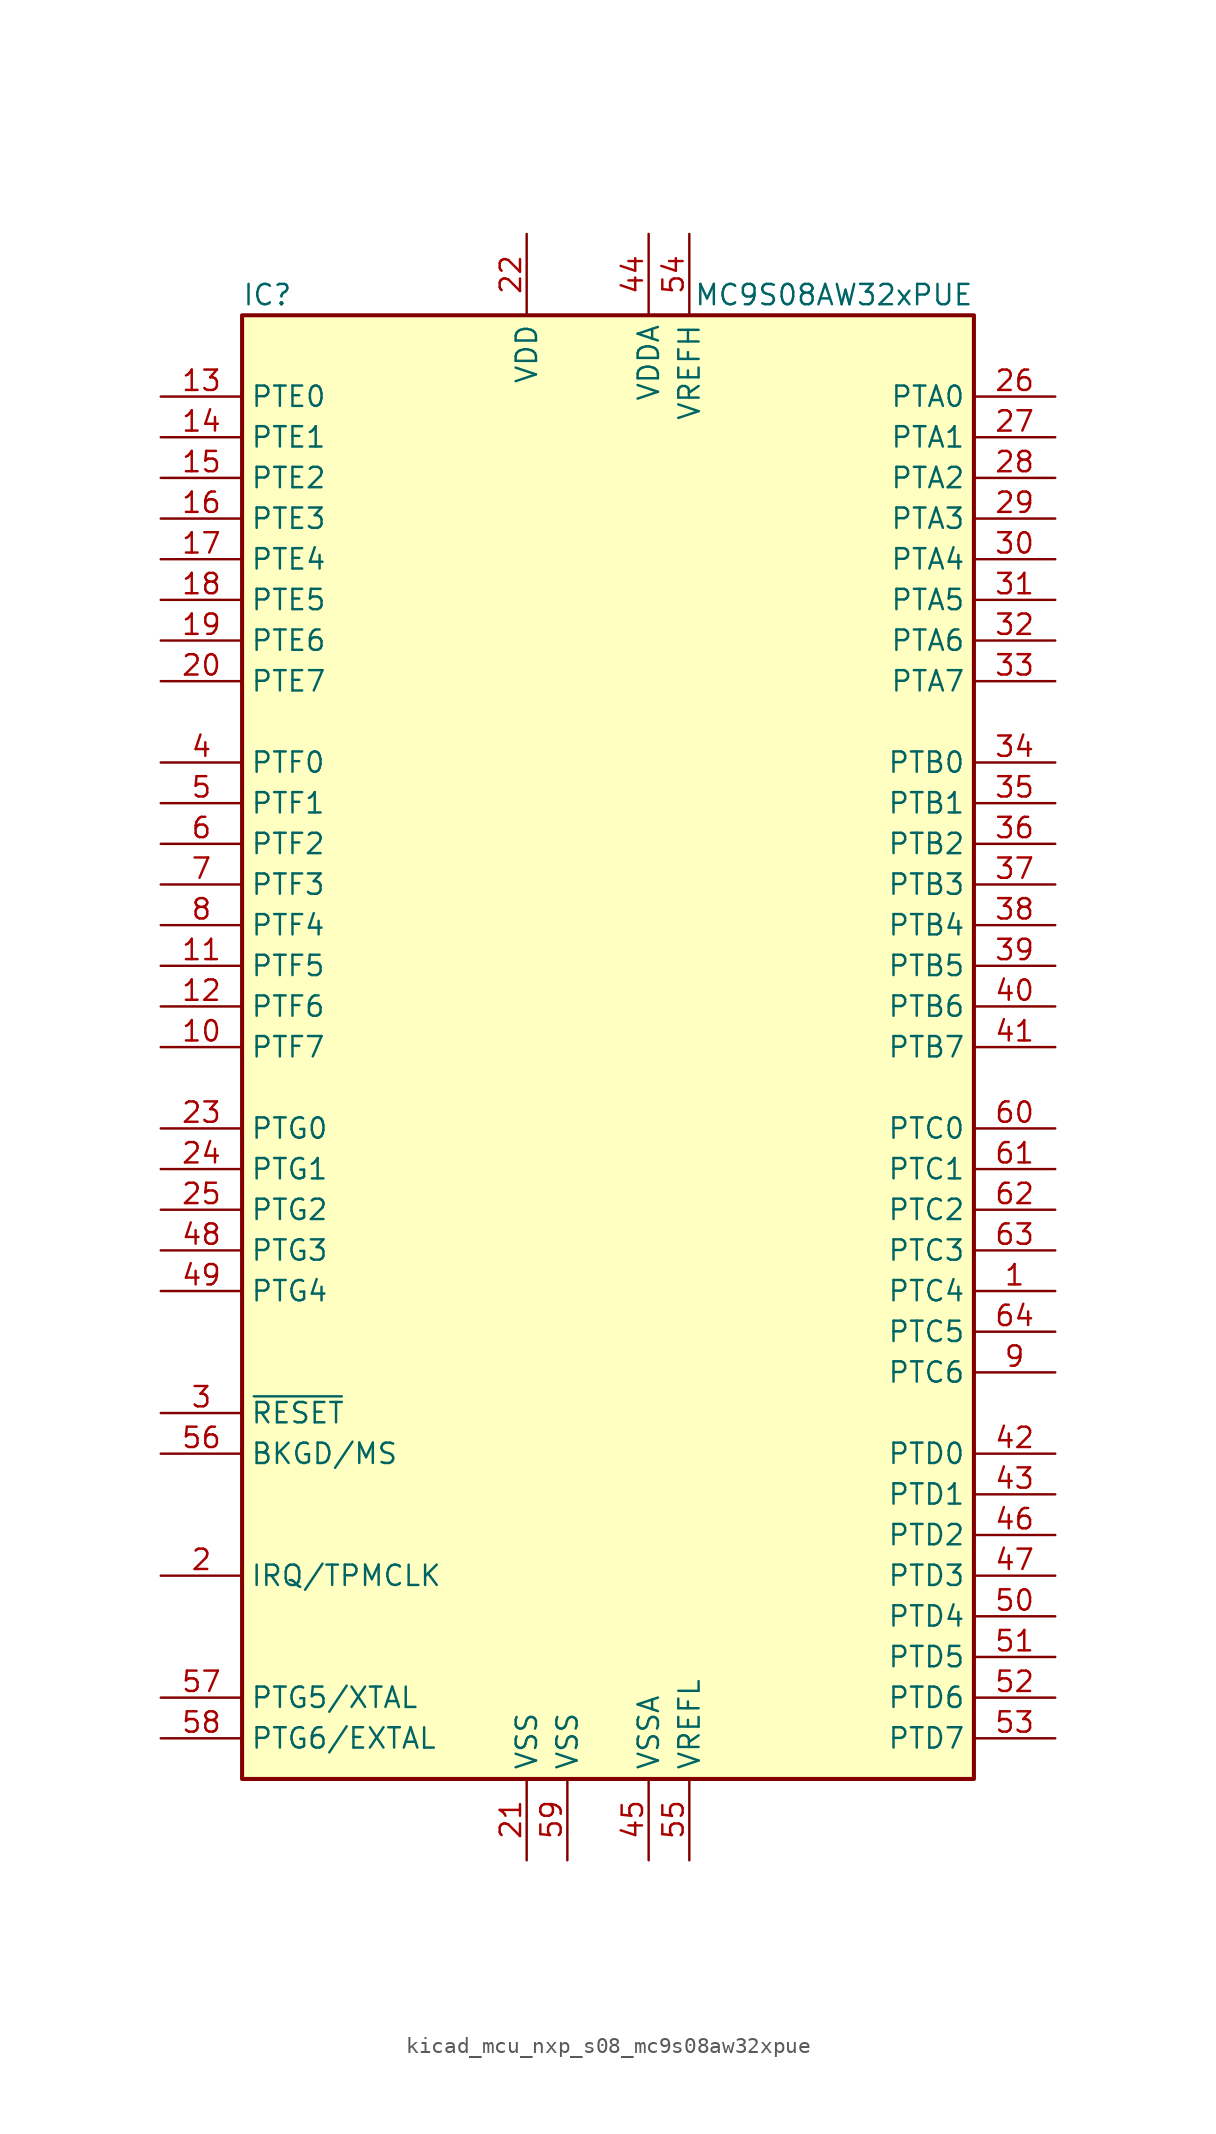
<source format=kicad_sym>
(kicad_symbol_lib
  (version 20220914)
  (generator kicad_symbol_editor)
  (symbol "kicad_mcu_nxp_s08_mc9s08aw32xpue"
    (property "Reference" "IC"
      (at -22.86 46.99 0)
      (effects (font (size 1.27 1.27)) (justify left)))
    (property "Value" "MC9S08AW32xPUE"
      (at 22.86 46.99 0)
      (effects (font (size 1.27 1.27)) (justify right)))
    (symbol "kicad_mcu_nxp_s08_mc9s08aw32xpue_0_1"
      (rectangle (start -22.86 45.72) (end 22.86 -45.72) (stroke (width 0.254) (type default)) (fill (type background))))
    (symbol "kicad_mcu_nxp_s08_mc9s08aw32xpue_1_1"
      (pin bidirectional line (at 27.94 -15.24 180) (length 5.08) (name "PTC4" (effects (font (size 1.27 1.27)))) (number "1" (effects (font (size 1.27 1.27)))))
      (pin bidirectional line (at -27.94 0 0) (length 5.08) (name "PTF7" (effects (font (size 1.27 1.27)))) (number "10" (effects (font (size 1.27 1.27)))))
      (pin bidirectional line (at -27.94 5.08 0) (length 5.08) (name "PTF5" (effects (font (size 1.27 1.27)))) (number "11" (effects (font (size 1.27 1.27)))))
      (pin bidirectional line (at -27.94 2.54 0) (length 5.08) (name "PTF6" (effects (font (size 1.27 1.27)))) (number "12" (effects (font (size 1.27 1.27)))))
      (pin bidirectional line (at -27.94 40.64 0) (length 5.08) (name "PTE0" (effects (font (size 1.27 1.27)))) (number "13" (effects (font (size 1.27 1.27)))))
      (pin bidirectional line (at -27.94 38.1 0) (length 5.08) (name "PTE1" (effects (font (size 1.27 1.27)))) (number "14" (effects (font (size 1.27 1.27)))))
      (pin bidirectional line (at -27.94 35.56 0) (length 5.08) (name "PTE2" (effects (font (size 1.27 1.27)))) (number "15" (effects (font (size 1.27 1.27)))))
      (pin bidirectional line (at -27.94 33.02 0) (length 5.08) (name "PTE3" (effects (font (size 1.27 1.27)))) (number "16" (effects (font (size 1.27 1.27)))))
      (pin bidirectional line (at -27.94 30.48 0) (length 5.08) (name "PTE4" (effects (font (size 1.27 1.27)))) (number "17" (effects (font (size 1.27 1.27)))))
      (pin bidirectional line (at -27.94 27.94 0) (length 5.08) (name "PTE5" (effects (font (size 1.27 1.27)))) (number "18" (effects (font (size 1.27 1.27)))))
      (pin bidirectional line (at -27.94 25.4 0) (length 5.08) (name "PTE6" (effects (font (size 1.27 1.27)))) (number "19" (effects (font (size 1.27 1.27)))))
      (pin input line (at -27.94 -33.02 0) (length 5.08) (name "IRQ/TPMCLK" (effects (font (size 1.27 1.27)))) (number "2" (effects (font (size 1.27 1.27)))))
      (pin bidirectional line (at -27.94 22.86 0) (length 5.08) (name "PTE7" (effects (font (size 1.27 1.27)))) (number "20" (effects (font (size 1.27 1.27)))))
      (pin power_in line (at -5.08 -50.8 90) (length 5.08) (name "VSS" (effects (font (size 1.27 1.27)))) (number "21" (effects (font (size 1.27 1.27)))))
      (pin power_in line (at -5.08 50.8 270) (length 5.08) (name "VDD" (effects (font (size 1.27 1.27)))) (number "22" (effects (font (size 1.27 1.27)))))
      (pin bidirectional line (at -27.94 -5.08 0) (length 5.08) (name "PTG0" (effects (font (size 1.27 1.27)))) (number "23" (effects (font (size 1.27 1.27)))))
      (pin bidirectional line (at -27.94 -7.62 0) (length 5.08) (name "PTG1" (effects (font (size 1.27 1.27)))) (number "24" (effects (font (size 1.27 1.27)))))
      (pin bidirectional line (at -27.94 -10.16 0) (length 5.08) (name "PTG2" (effects (font (size 1.27 1.27)))) (number "25" (effects (font (size 1.27 1.27)))))
      (pin bidirectional line (at 27.94 40.64 180) (length 5.08) (name "PTA0" (effects (font (size 1.27 1.27)))) (number "26" (effects (font (size 1.27 1.27)))))
      (pin bidirectional line (at 27.94 38.1 180) (length 5.08) (name "PTA1" (effects (font (size 1.27 1.27)))) (number "27" (effects (font (size 1.27 1.27)))))
      (pin bidirectional line (at 27.94 35.56 180) (length 5.08) (name "PTA2" (effects (font (size 1.27 1.27)))) (number "28" (effects (font (size 1.27 1.27)))))
      (pin bidirectional line (at 27.94 33.02 180) (length 5.08) (name "PTA3" (effects (font (size 1.27 1.27)))) (number "29" (effects (font (size 1.27 1.27)))))
      (pin input line (at -27.94 -22.86 0) (length 5.08) (name "~{RESET}" (effects (font (size 1.27 1.27)))) (number "3" (effects (font (size 1.27 1.27)))))
      (pin bidirectional line (at 27.94 30.48 180) (length 5.08) (name "PTA4" (effects (font (size 1.27 1.27)))) (number "30" (effects (font (size 1.27 1.27)))))
      (pin bidirectional line (at 27.94 27.94 180) (length 5.08) (name "PTA5" (effects (font (size 1.27 1.27)))) (number "31" (effects (font (size 1.27 1.27)))))
      (pin bidirectional line (at 27.94 25.4 180) (length 5.08) (name "PTA6" (effects (font (size 1.27 1.27)))) (number "32" (effects (font (size 1.27 1.27)))))
      (pin bidirectional line (at 27.94 22.86 180) (length 5.08) (name "PTA7" (effects (font (size 1.27 1.27)))) (number "33" (effects (font (size 1.27 1.27)))))
      (pin bidirectional line (at 27.94 17.78 180) (length 5.08) (name "PTB0" (effects (font (size 1.27 1.27)))) (number "34" (effects (font (size 1.27 1.27)))))
      (pin bidirectional line (at 27.94 15.24 180) (length 5.08) (name "PTB1" (effects (font (size 1.27 1.27)))) (number "35" (effects (font (size 1.27 1.27)))))
      (pin bidirectional line (at 27.94 12.7 180) (length 5.08) (name "PTB2" (effects (font (size 1.27 1.27)))) (number "36" (effects (font (size 1.27 1.27)))))
      (pin bidirectional line (at 27.94 10.16 180) (length 5.08) (name "PTB3" (effects (font (size 1.27 1.27)))) (number "37" (effects (font (size 1.27 1.27)))))
      (pin bidirectional line (at 27.94 7.62 180) (length 5.08) (name "PTB4" (effects (font (size 1.27 1.27)))) (number "38" (effects (font (size 1.27 1.27)))))
      (pin bidirectional line (at 27.94 5.08 180) (length 5.08) (name "PTB5" (effects (font (size 1.27 1.27)))) (number "39" (effects (font (size 1.27 1.27)))))
      (pin bidirectional line (at -27.94 17.78 0) (length 5.08) (name "PTF0" (effects (font (size 1.27 1.27)))) (number "4" (effects (font (size 1.27 1.27)))))
      (pin bidirectional line (at 27.94 2.54 180) (length 5.08) (name "PTB6" (effects (font (size 1.27 1.27)))) (number "40" (effects (font (size 1.27 1.27)))))
      (pin bidirectional line (at 27.94 0 180) (length 5.08) (name "PTB7" (effects (font (size 1.27 1.27)))) (number "41" (effects (font (size 1.27 1.27)))))
      (pin bidirectional line (at 27.94 -25.4 180) (length 5.08) (name "PTD0" (effects (font (size 1.27 1.27)))) (number "42" (effects (font (size 1.27 1.27)))))
      (pin bidirectional line (at 27.94 -27.94 180) (length 5.08) (name "PTD1" (effects (font (size 1.27 1.27)))) (number "43" (effects (font (size 1.27 1.27)))))
      (pin power_in line (at 2.54 50.8 270) (length 5.08) (name "VDDA" (effects (font (size 1.27 1.27)))) (number "44" (effects (font (size 1.27 1.27)))))
      (pin power_in line (at 2.54 -50.8 90) (length 5.08) (name "VSSA" (effects (font (size 1.27 1.27)))) (number "45" (effects (font (size 1.27 1.27)))))
      (pin bidirectional line (at 27.94 -30.48 180) (length 5.08) (name "PTD2" (effects (font (size 1.27 1.27)))) (number "46" (effects (font (size 1.27 1.27)))))
      (pin bidirectional line (at 27.94 -33.02 180) (length 5.08) (name "PTD3" (effects (font (size 1.27 1.27)))) (number "47" (effects (font (size 1.27 1.27)))))
      (pin bidirectional line (at -27.94 -12.7 0) (length 5.08) (name "PTG3" (effects (font (size 1.27 1.27)))) (number "48" (effects (font (size 1.27 1.27)))))
      (pin bidirectional line (at -27.94 -15.24 0) (length 5.08) (name "PTG4" (effects (font (size 1.27 1.27)))) (number "49" (effects (font (size 1.27 1.27)))))
      (pin bidirectional line (at -27.94 15.24 0) (length 5.08) (name "PTF1" (effects (font (size 1.27 1.27)))) (number "5" (effects (font (size 1.27 1.27)))))
      (pin bidirectional line (at 27.94 -35.56 180) (length 5.08) (name "PTD4" (effects (font (size 1.27 1.27)))) (number "50" (effects (font (size 1.27 1.27)))))
      (pin bidirectional line (at 27.94 -38.1 180) (length 5.08) (name "PTD5" (effects (font (size 1.27 1.27)))) (number "51" (effects (font (size 1.27 1.27)))))
      (pin bidirectional line (at 27.94 -40.64 180) (length 5.08) (name "PTD6" (effects (font (size 1.27 1.27)))) (number "52" (effects (font (size 1.27 1.27)))))
      (pin bidirectional line (at 27.94 -43.18 180) (length 5.08) (name "PTD7" (effects (font (size 1.27 1.27)))) (number "53" (effects (font (size 1.27 1.27)))))
      (pin power_in line (at 5.08 50.8 270) (length 5.08) (name "VREFH" (effects (font (size 1.27 1.27)))) (number "54" (effects (font (size 1.27 1.27)))))
      (pin power_in line (at 5.08 -50.8 90) (length 5.08) (name "VREFL" (effects (font (size 1.27 1.27)))) (number "55" (effects (font (size 1.27 1.27)))))
      (pin bidirectional line (at -27.94 -25.4 0) (length 5.08) (name "BKGD/MS" (effects (font (size 1.27 1.27)))) (number "56" (effects (font (size 1.27 1.27)))))
      (pin bidirectional line (at -27.94 -40.64 0) (length 5.08) (name "PTG5/XTAL" (effects (font (size 1.27 1.27)))) (number "57" (effects (font (size 1.27 1.27)))))
      (pin bidirectional line (at -27.94 -43.18 0) (length 5.08) (name "PTG6/EXTAL" (effects (font (size 1.27 1.27)))) (number "58" (effects (font (size 1.27 1.27)))))
      (pin power_in line (at -2.54 -50.8 90) (length 5.08) (name "VSS" (effects (font (size 1.27 1.27)))) (number "59" (effects (font (size 1.27 1.27)))))
      (pin bidirectional line (at -27.94 12.7 0) (length 5.08) (name "PTF2" (effects (font (size 1.27 1.27)))) (number "6" (effects (font (size 1.27 1.27)))))
      (pin bidirectional line (at 27.94 -5.08 180) (length 5.08) (name "PTC0" (effects (font (size 1.27 1.27)))) (number "60" (effects (font (size 1.27 1.27)))))
      (pin bidirectional line (at 27.94 -7.62 180) (length 5.08) (name "PTC1" (effects (font (size 1.27 1.27)))) (number "61" (effects (font (size 1.27 1.27)))))
      (pin bidirectional line (at 27.94 -10.16 180) (length 5.08) (name "PTC2" (effects (font (size 1.27 1.27)))) (number "62" (effects (font (size 1.27 1.27)))))
      (pin bidirectional line (at 27.94 -12.7 180) (length 5.08) (name "PTC3" (effects (font (size 1.27 1.27)))) (number "63" (effects (font (size 1.27 1.27)))))
      (pin bidirectional line (at 27.94 -17.78 180) (length 5.08) (name "PTC5" (effects (font (size 1.27 1.27)))) (number "64" (effects (font (size 1.27 1.27)))))
      (pin bidirectional line (at -27.94 10.16 0) (length 5.08) (name "PTF3" (effects (font (size 1.27 1.27)))) (number "7" (effects (font (size 1.27 1.27)))))
      (pin bidirectional line (at -27.94 7.62 0) (length 5.08) (name "PTF4" (effects (font (size 1.27 1.27)))) (number "8" (effects (font (size 1.27 1.27)))))
      (pin bidirectional line (at 27.94 -20.32 180) (length 5.08) (name "PTC6" (effects (font (size 1.27 1.27)))) (number "9" (effects (font (size 1.27 1.27))))))))
</source>
